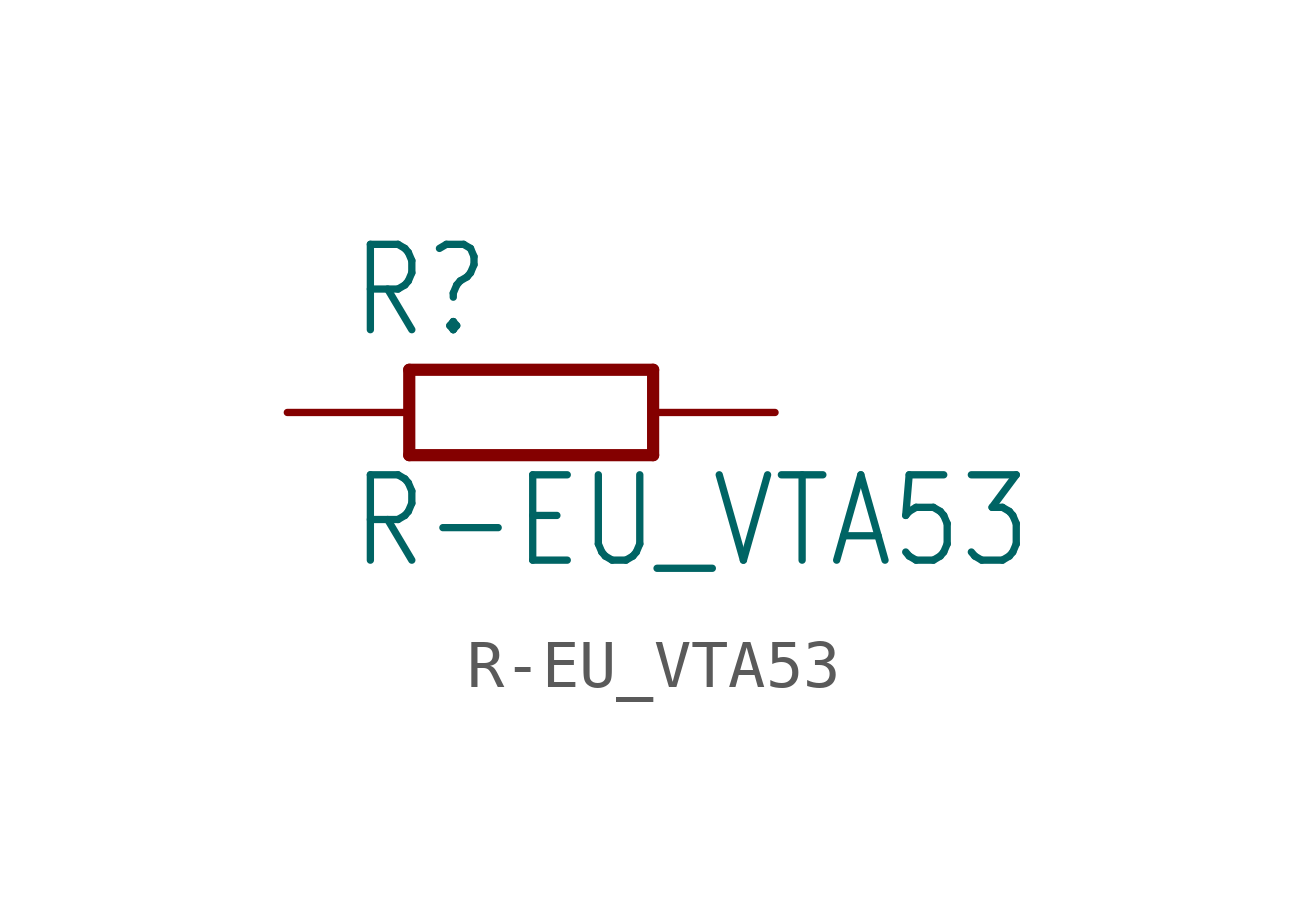
<source format=kicad_sym>
(kicad_symbol_lib
  (version 20210619)
  (generator kicad_symbol_editor)
  (symbol "R-EU_VTA53"
    (property "Reference" "R"
      (at -3.81 1.499 0)
      (effects (font (size 1.778 1.511)) (justify left bottom)))
    (property "Value" "R-EU_VTA53"
      (at -3.81 -3.302 0)
      (effects (font (size 1.778 1.511)) (justify left bottom)))
    (property "ki_locked" ""
      (at 0 0 0)
      (effects (font (size 1.27 1.27))))
    (symbol "R-EU_VTA53_1_0"
      (polyline (pts (xy -2.54 -0.889) (xy -2.54 0.889)) (stroke (width 0.254)) (fill (type none)))
      (polyline (pts (xy -2.54 -0.889) (xy 2.54 -0.889)) (stroke (width 0.254)) (fill (type none)))
      (polyline (pts (xy 2.54 -0.889) (xy 2.54 0.889)) (stroke (width 0.254)) (fill (type none)))
      (polyline (pts (xy 2.54 0.889) (xy -2.54 0.889)) (stroke (width 0.254)) (fill (type none)))
      (pin passive line (at -5.08 0 0) (length 2.54) (name "1" (effects (font (size 0 0)))) (number "1" (effects (font (size 0 0)))))
      (pin passive line (at 5.08 0 180) (length 2.54) (name "2" (effects (font (size 0 0)))) (number "2" (effects (font (size 0 0))))))))
</source>
